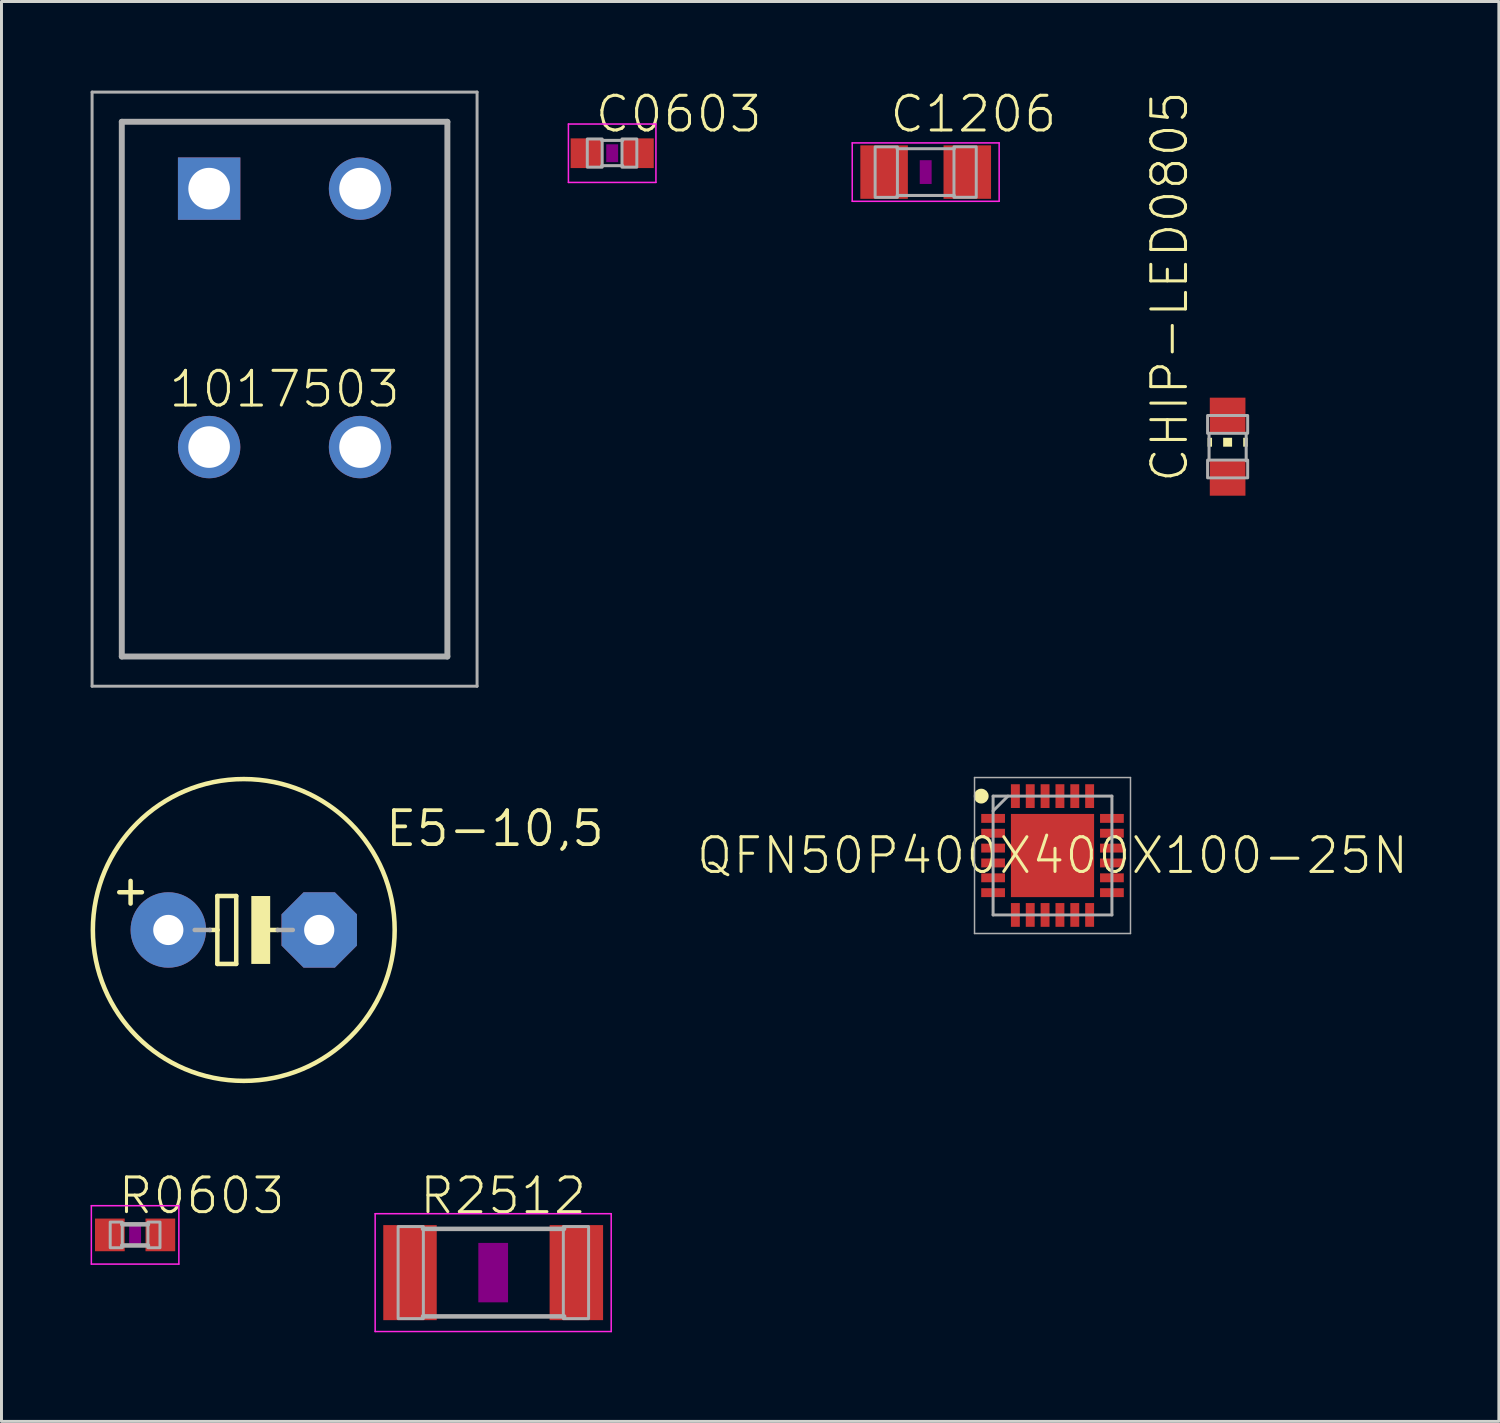
<source format=kicad_pcb>
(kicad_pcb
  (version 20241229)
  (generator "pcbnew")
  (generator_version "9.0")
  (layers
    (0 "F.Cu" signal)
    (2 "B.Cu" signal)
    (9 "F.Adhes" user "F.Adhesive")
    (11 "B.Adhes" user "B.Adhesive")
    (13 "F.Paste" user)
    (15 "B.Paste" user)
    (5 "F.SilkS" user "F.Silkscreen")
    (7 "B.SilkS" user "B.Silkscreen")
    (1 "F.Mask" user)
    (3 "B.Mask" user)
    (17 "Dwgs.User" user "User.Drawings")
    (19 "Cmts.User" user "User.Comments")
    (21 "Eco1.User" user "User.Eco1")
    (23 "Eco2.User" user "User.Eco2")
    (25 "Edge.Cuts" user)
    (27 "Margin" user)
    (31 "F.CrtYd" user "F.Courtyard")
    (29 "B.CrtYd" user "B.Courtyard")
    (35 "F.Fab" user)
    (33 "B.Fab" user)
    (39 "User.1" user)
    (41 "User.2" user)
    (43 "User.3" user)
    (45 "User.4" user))
  (footprint "CHIP-LED0805"
    (layer "F.Cu")
    (at 38.276 11.987)
    (property "Reference" "CHIP-LED0805" (at -1.27 1.27 90) (layer "F.SilkS") (effects (font (size 1.168 1.168) (thickness 0.102)) (justify left bottom)))
    (fp_poly (pts (xy -0.675 0) (xy -0.525 0) (xy -0.525 -0.3) (xy -0.675 -0.3)) (stroke (width 0) (type solid)) (fill yes) (layer "F.SilkS"))
    (fp_poly (pts (xy -0.15 0) (xy 0.15 0) (xy 0.15 -0.3) (xy -0.15 -0.3)) (stroke (width 0) (type solid)) (fill yes) (layer "F.SilkS"))
    (fp_poly (pts (xy 0.525 0) (xy 0.675 0) (xy 0.675 -0.3) (xy 0.525 -0.3)) (stroke (width 0) (type solid)) (fill yes) (layer "F.SilkS"))
    (fp_line (start -0.625 -0.45) (end -0.625 0.45) (stroke (width 0.102) (type solid)) (layer "F.Fab"))
    (fp_line (start 0.625 -0.45) (end 0.625 0.475) (stroke (width 0.102) (type solid)) (layer "F.Fab"))
    (fp_poly (pts (xy -0.675 -0.45) (xy 0.675 -0.45) (xy 0.675 -1.05) (xy -0.675 -1.05)) (stroke (width 0.1) (type solid)) (fill no) (layer "F.Fab"))
    (fp_poly (pts (xy -0.675 1.05) (xy 0.675 1.05) (xy 0.675 0.45) (xy -0.675 0.45)) (stroke (width 0.1) (type solid)) (fill no) (layer "F.Fab"))
    (pad "A" smd rect (at 0 1.05) (size 1.2 1.2) (layers "F.Cu" "F.Mask" "F.Paste"))
    (pad "C" smd rect (at 0 -1.05) (size 1.2 1.2) (layers "F.Cu" "F.Mask" "F.Paste")))
  (footprint "C1206"
    (layer "F.Cu")
    (at 28.112 2.743)
    (property "Reference" "C1206" (at -1.27 -1.27 0) (layer "F.SilkS") (effects (font (size 1.168 1.168) (thickness 0.102)) (justify left bottom)))
    (fp_poly (pts (xy -0.2 0.4) (xy 0.2 0.4) (xy 0.2 -0.4) (xy -0.2 -0.4)) (stroke (width 0) (type solid)) (fill yes) (layer "F.Adhes"))
    (fp_line (start -2.473 -0.983) (end 2.473 -0.983) (stroke (width 0.051) (type solid)) (layer "F.CrtYd"))
    (fp_line (start -2.473 0.983) (end -2.473 -0.983) (stroke (width 0.051) (type solid)) (layer "F.CrtYd"))
    (fp_line (start 2.473 -0.983) (end 2.473 0.983) (stroke (width 0.051) (type solid)) (layer "F.CrtYd"))
    (fp_line (start 2.473 0.983) (end -2.473 0.983) (stroke (width 0.051) (type solid)) (layer "F.CrtYd"))
    (fp_line (start -0.965 -0.787) (end 0.965 -0.787) (stroke (width 0.102) (type solid)) (layer "F.Fab"))
    (fp_line (start -0.965 0.787) (end 0.965 0.787) (stroke (width 0.102) (type solid)) (layer "F.Fab"))
    (fp_poly (pts (xy -1.702 0.851) (xy -0.952 0.851) (xy -0.952 -0.849) (xy -1.702 -0.849)) (stroke (width 0.1) (type solid)) (fill no) (layer "F.Fab"))
    (fp_poly (pts (xy 0.952 0.849) (xy 1.702 0.849) (xy 1.702 -0.851) (xy 0.952 -0.851)) (stroke (width 0.1) (type solid)) (fill no) (layer "F.Fab"))
    (pad "1" smd rect (at -1.4 0) (size 1.6 1.8) (layers "F.Cu" "F.Mask" "F.Paste"))
    (pad "2" smd rect (at 1.4 0) (size 1.6 1.8) (layers "F.Cu" "F.Mask" "F.Paste")))
  (footprint "R0603"
    (layer "F.Cu")
    (at 1.498 38.521)
    (property "Reference" "R0603" (at -0.635 -0.635 0) (layer "F.SilkS") (effects (font (size 1.168 1.168) (thickness 0.102)) (justify left bottom)))
    (fp_poly (pts (xy -0.2 0.4) (xy 0.2 0.4) (xy 0.2 -0.4) (xy -0.2 -0.4)) (stroke (width 0) (type solid)) (fill yes) (layer "F.Adhes"))
    (fp_line (start -1.473 -0.983) (end 1.473 -0.983) (stroke (width 0.051) (type solid)) (layer "F.CrtYd"))
    (fp_line (start -1.473 0.983) (end -1.473 -0.983) (stroke (width 0.051) (type solid)) (layer "F.CrtYd"))
    (fp_line (start 1.473 -0.983) (end 1.473 0.983) (stroke (width 0.051) (type solid)) (layer "F.CrtYd"))
    (fp_line (start 1.473 0.983) (end -1.473 0.983) (stroke (width 0.051) (type solid)) (layer "F.CrtYd"))
    (fp_line (start -0.432 0.356) (end 0.432 0.356) (stroke (width 0.152) (type solid)) (layer "F.Fab"))
    (fp_line (start 0.432 -0.356) (end -0.432 -0.356) (stroke (width 0.152) (type solid)) (layer "F.Fab"))
    (fp_poly (pts (xy -0.838 0.432) (xy -0.432 0.432) (xy -0.432 -0.432) (xy -0.838 -0.432)) (stroke (width 0.1) (type solid)) (fill no) (layer "F.Fab"))
    (fp_poly (pts (xy 0.432 0.432) (xy 0.838 0.432) (xy 0.838 -0.432) (xy 0.432 -0.432)) (stroke (width 0.1) (type solid)) (fill no) (layer "F.Fab"))
    (pad "1" smd rect (at -0.85 0) (size 1 1.1) (layers "F.Cu" "F.Mask" "F.Paste"))
    (pad "2" smd rect (at 0.85 0) (size 1 1.1) (layers "F.Cu" "F.Mask" "F.Paste")))
  (footprint "QFN50P400X400X100-25N"
    (layer "F.Cu")
    (at 32.381 25.75)
    (property "Reference" "QFN50P400X400X100-25N" (at 0 0 0) (layer "F.SilkS") (effects (font (size 1.168 1.168) (thickness 0.102))))
    (fp_circle (center -2.4 -2) (end -2.275 -2) (stroke (width 0.25) (type solid)) (fill no) (layer "F.SilkS"))
    (fp_line (start -2.625 -2.625) (end 2.625 -2.625) (stroke (width 0.05) (type solid)) (layer "F.Fab"))
    (fp_line (start -2.625 2.625) (end -2.625 -2.625) (stroke (width 0.05) (type solid)) (layer "F.Fab"))
    (fp_line (start -2 -2) (end 2 -2) (stroke (width 0.1) (type solid)) (layer "F.Fab"))
    (fp_line (start -2 -1.5) (end -1.5 -2) (stroke (width 0.1) (type solid)) (layer "F.Fab"))
    (fp_line (start -2 2) (end -2 -2) (stroke (width 0.1) (type solid)) (layer "F.Fab"))
    (fp_line (start 2 -2) (end 2 2) (stroke (width 0.1) (type solid)) (layer "F.Fab"))
    (fp_line (start 2 2) (end -2 2) (stroke (width 0.1) (type solid)) (layer "F.Fab"))
    (fp_line (start 2.625 -2.625) (end 2.625 2.625) (stroke (width 0.05) (type solid)) (layer "F.Fab"))
    (fp_line (start 2.625 2.625) (end -2.625 2.625) (stroke (width 0.05) (type solid)) (layer "F.Fab"))
    (pad "1" smd rect (at -2 -1.25) (size 0.8 0.3) (layers "F.Cu" "F.Mask" "F.Paste"))
    (pad "2" smd rect (at -2 -0.75) (size 0.8 0.3) (layers "F.Cu" "F.Mask" "F.Paste"))
    (pad "3" smd rect (at -2 -0.25) (size 0.8 0.3) (layers "F.Cu" "F.Mask" "F.Paste"))
    (pad "4" smd rect (at -2 0.25) (size 0.8 0.3) (layers "F.Cu" "F.Mask" "F.Paste"))
    (pad "5" smd rect (at -2 0.75) (size 0.8 0.3) (layers "F.Cu" "F.Mask" "F.Paste"))
    (pad "6" smd rect (at -2 1.25) (size 0.8 0.3) (layers "F.Cu" "F.Mask" "F.Paste"))
    (pad "7" smd rect (at -1.25 2 90) (size 0.8 0.3) (layers "F.Cu" "F.Mask" "F.Paste"))
    (pad "8" smd rect (at -0.75 2 90) (size 0.8 0.3) (layers "F.Cu" "F.Mask" "F.Paste"))
    (pad "9" smd rect (at -0.25 2 90) (size 0.8 0.3) (layers "F.Cu" "F.Mask" "F.Paste"))
    (pad "10" smd rect (at 0.25 2 90) (size 0.8 0.3) (layers "F.Cu" "F.Mask" "F.Paste"))
    (pad "11" smd rect (at 0.75 2 90) (size 0.8 0.3) (layers "F.Cu" "F.Mask" "F.Paste"))
    (pad "12" smd rect (at 1.25 2 90) (size 0.8 0.3) (layers "F.Cu" "F.Mask" "F.Paste"))
    (pad "13" smd rect (at 2 1.25) (size 0.8 0.3) (layers "F.Cu" "F.Mask" "F.Paste"))
    (pad "14" smd rect (at 2 0.75) (size 0.8 0.3) (layers "F.Cu" "F.Mask" "F.Paste"))
    (pad "15" smd rect (at 2 0.25) (size 0.8 0.3) (layers "F.Cu" "F.Mask" "F.Paste"))
    (pad "16" smd rect (at 2 -0.25) (size 0.8 0.3) (layers "F.Cu" "F.Mask" "F.Paste"))
    (pad "17" smd rect (at 2 -0.75) (size 0.8 0.3) (layers "F.Cu" "F.Mask" "F.Paste"))
    (pad "18" smd rect (at 2 -1.25) (size 0.8 0.3) (layers "F.Cu" "F.Mask" "F.Paste"))
    (pad "19" smd rect (at 1.25 -2 90) (size 0.8 0.3) (layers "F.Cu" "F.Mask" "F.Paste"))
    (pad "20" smd rect (at 0.75 -2 90) (size 0.8 0.3) (layers "F.Cu" "F.Mask" "F.Paste"))
    (pad "21" smd rect (at 0.25 -2 90) (size 0.8 0.3) (layers "F.Cu" "F.Mask" "F.Paste"))
    (pad "22" smd rect (at -0.25 -2 90) (size 0.8 0.3) (layers "F.Cu" "F.Mask" "F.Paste"))
    (pad "23" smd rect (at -0.75 -2 90) (size 0.8 0.3) (layers "F.Cu" "F.Mask" "F.Paste"))
    (pad "24" smd rect (at -1.25 -2 90) (size 0.8 0.3) (layers "F.Cu" "F.Mask" "F.Paste"))
    (pad "25" smd rect (at 0 0 90) (size 2.8 2.8) (layers "F.Cu" "F.Mask" "F.Paste")))
  (footprint "R2512"
    (layer "F.Cu")
    (at 13.552 39.791)
    (property "Reference" "R2512" (at -2.54 -1.905 0) (layer "F.SilkS") (effects (font (size 1.168 1.168) (thickness 0.102)) (justify left bottom)))
    (fp_poly (pts (xy -0.5 1) (xy 0.5 1) (xy 0.5 -1) (xy -0.5 -1)) (stroke (width 0) (type solid)) (fill yes) (layer "F.Adhes"))
    (fp_line (start -3.973 -1.983) (end 3.973 -1.983) (stroke (width 0.051) (type solid)) (layer "F.CrtYd"))
    (fp_line (start -3.973 1.983) (end -3.973 -1.983) (stroke (width 0.051) (type solid)) (layer "F.CrtYd"))
    (fp_line (start 3.973 -1.983) (end 3.973 1.983) (stroke (width 0.051) (type solid)) (layer "F.CrtYd"))
    (fp_line (start 3.973 1.983) (end -3.973 1.983) (stroke (width 0.051) (type solid)) (layer "F.CrtYd"))
    (fp_line (start -2.362 -1.473) (end 2.387 -1.473) (stroke (width 0.152) (type solid)) (layer "F.Fab"))
    (fp_line (start -2.362 1.473) (end 2.387 1.473) (stroke (width 0.152) (type solid)) (layer "F.Fab"))
    (fp_poly (pts (xy -3.2 1.549) (xy -2.35 1.549) (xy -2.35 -1.551) (xy -3.2 -1.551)) (stroke (width 0.1) (type solid)) (fill no) (layer "F.Fab"))
    (fp_poly (pts (xy 2.362 1.549) (xy 3.212 1.549) (xy 3.212 -1.551) (xy 2.362 -1.551)) (stroke (width 0.1) (type solid)) (fill no) (layer "F.Fab"))
    (pad "1" smd rect (at -2.8 0) (size 1.8 3.2) (layers "F.Cu" "F.Mask" "F.Paste"))
    (pad "2" smd rect (at 2.8 0) (size 1.8 3.2) (layers "F.Cu" "F.Mask" "F.Paste")))
  (footprint "E5-10,5"
    (layer "F.Cu")
    (at 5.156 28.256)
    (property "Reference" "E5-10,5" (at 4.699 -2.743 0) (layer "F.SilkS") (effects (font (size 1.143 1.143) (thickness 0.127)) (justify left bottom)))
    (fp_line (start -3.81 -1.651) (end -3.81 -0.889) (stroke (width 0.152) (type solid)) (layer "F.SilkS"))
    (fp_line (start -3.429 -1.27) (end -4.191 -1.27) (stroke (width 0.152) (type solid)) (layer "F.SilkS"))
    (fp_line (start -1.143 0) (end -0.889 0) (stroke (width 0.152) (type solid)) (layer "F.SilkS"))
    (fp_line (start -0.889 -1.143) (end -0.889 0) (stroke (width 0.152) (type solid)) (layer "F.SilkS"))
    (fp_line (start -0.889 0) (end -0.889 1.143) (stroke (width 0.152) (type solid)) (layer "F.SilkS"))
    (fp_line (start -0.889 1.143) (end -0.254 1.143) (stroke (width 0.152) (type solid)) (layer "F.SilkS"))
    (fp_line (start -0.254 -1.143) (end -0.889 -1.143) (stroke (width 0.152) (type solid)) (layer "F.SilkS"))
    (fp_line (start -0.254 1.143) (end -0.254 -1.143) (stroke (width 0.152) (type solid)) (layer "F.SilkS"))
    (fp_line (start 0.635 0) (end 1.143 0) (stroke (width 0.152) (type solid)) (layer "F.SilkS"))
    (fp_circle (center 0 0) (end 5.08 0) (stroke (width 0.152) (type solid)) (fill no) (layer "F.SilkS"))
    (fp_poly (pts (xy 0.254 1.143) (xy 0.889 1.143) (xy 0.889 -1.143) (xy 0.254 -1.143)) (stroke (width 0) (type solid)) (fill yes) (layer "F.SilkS"))
    (fp_line (start -1.651 0) (end -1.143 0) (stroke (width 0.152) (type solid)) (layer "F.Fab"))
    (fp_line (start 1.143 0) (end 1.651 0) (stroke (width 0.152) (type solid)) (layer "F.Fab"))
    (pad "+" thru_hole circle (at -2.54 0) (size 2.54 2.54) (drill 1.016) (layers "*.Cu" "*.Mask"))
    (pad "-" thru_hole roundrect (at 2.54 0) (size 2.54 2.54) (drill 1.016) (layers "*.Cu" "*.Mask") (roundrect_rratio 0.25) (chamfer_ratio 0.293) (chamfer top_left top_right bottom_left bottom_right)))
  (footprint "C0603"
    (layer "F.Cu")
    (at 17.558 2.108)
    (property "Reference" "C0603" (at -0.635 -0.635 0) (layer "F.SilkS") (effects (font (size 1.168 1.168) (thickness 0.102)) (justify left bottom)))
    (fp_poly (pts (xy -0.2 0.3) (xy 0.2 0.3) (xy 0.2 -0.3) (xy -0.2 -0.3)) (stroke (width 0) (type solid)) (fill yes) (layer "F.Adhes"))
    (fp_line (start -1.473 -0.983) (end 1.473 -0.983) (stroke (width 0.051) (type solid)) (layer "F.CrtYd"))
    (fp_line (start -1.473 0.983) (end -1.473 -0.983) (stroke (width 0.051) (type solid)) (layer "F.CrtYd"))
    (fp_line (start 1.473 -0.983) (end 1.473 0.983) (stroke (width 0.051) (type solid)) (layer "F.CrtYd"))
    (fp_line (start 1.473 0.983) (end -1.473 0.983) (stroke (width 0.051) (type solid)) (layer "F.CrtYd"))
    (fp_line (start -0.356 -0.432) (end 0.356 -0.432) (stroke (width 0.102) (type solid)) (layer "F.Fab"))
    (fp_line (start -0.356 0.419) (end 0.356 0.419) (stroke (width 0.102) (type solid)) (layer "F.Fab"))
    (fp_poly (pts (xy -0.838 0.47) (xy -0.338 0.47) (xy -0.338 -0.48) (xy -0.838 -0.48)) (stroke (width 0.1) (type solid)) (fill no) (layer "F.Fab"))
    (fp_poly (pts (xy 0.33 0.47) (xy 0.83 0.47) (xy 0.83 -0.48) (xy 0.33 -0.48)) (stroke (width 0.1) (type solid)) (fill no) (layer "F.Fab"))
    (pad "1" smd rect (at -0.85 0) (size 1.1 1) (layers "F.Cu" "F.Mask" "F.Paste"))
    (pad "2" smd rect (at 0.85 0) (size 1.1 1) (layers "F.Cu" "F.Mask" "F.Paste")))
  (footprint "1017503"
    (layer "F.Cu")
    (at 3.99 3.3)
    (property "Reference" "1017503" (at 2.54 6.75 0) (layer "F.SilkS") (effects (font (size 1.168 1.168) (thickness 0.102))))
    (fp_line (start -2.94 -2.25) (end 8.02 -2.25) (stroke (width 0.1) (type solid)) (layer "F.SilkS"))
    (fp_line (start -2.94 15.75) (end -2.94 -2.25) (stroke (width 0.1) (type solid)) (layer "F.SilkS"))
    (fp_line (start 8.02 -2.25) (end 8.02 15.75) (stroke (width 0.1) (type solid)) (layer "F.SilkS"))
    (fp_line (start 8.02 15.75) (end -2.94 15.75) (stroke (width 0.1) (type solid)) (layer "F.SilkS"))
    (fp_line (start -3.94 -3.25) (end 9.02 -3.25) (stroke (width 0.1) (type solid)) (layer "F.Fab"))
    (fp_line (start -3.94 16.75) (end -3.94 -3.25) (stroke (width 0.1) (type solid)) (layer "F.Fab"))
    (fp_line (start -2.94 -2.25) (end 8.02 -2.25) (stroke (width 0.2) (type solid)) (layer "F.Fab"))
    (fp_line (start -2.94 15.75) (end -2.94 -2.25) (stroke (width 0.2) (type solid)) (layer "F.Fab"))
    (fp_line (start 8.02 -2.25) (end 8.02 15.75) (stroke (width 0.2) (type solid)) (layer "F.Fab"))
    (fp_line (start 8.02 15.75) (end -2.94 15.75) (stroke (width 0.2) (type solid)) (layer "F.Fab"))
    (fp_line (start 9.02 -3.25) (end 9.02 16.75) (stroke (width 0.1) (type solid)) (layer "F.Fab"))
    (fp_line (start 9.02 16.75) (end -3.94 16.75) (stroke (width 0.1) (type solid)) (layer "F.Fab"))
    (pad "1" thru_hole rect (at 0 0) (size 2.1 2.1) (drill 1.4) (layers "*.Cu" "*.Mask"))
    (pad "2" thru_hole circle (at 0 8.7) (size 2.1 2.1) (drill 1.4) (layers "*.Cu" "*.Mask"))
    (pad "3" thru_hole circle (at 5.08 0) (size 2.1 2.1) (drill 1.4) (layers "*.Cu" "*.Mask"))
    (pad "4" thru_hole circle (at 5.08 8.7) (size 2.1 2.1) (drill 1.4) (layers "*.Cu" "*.Mask")))
  (gr_rect
    (start -3 -3)
    (end 47.407 44.799)
    (stroke (width 0.1) (type default))
    (fill no)
    (layer "Edge.Cuts")))
</source>
